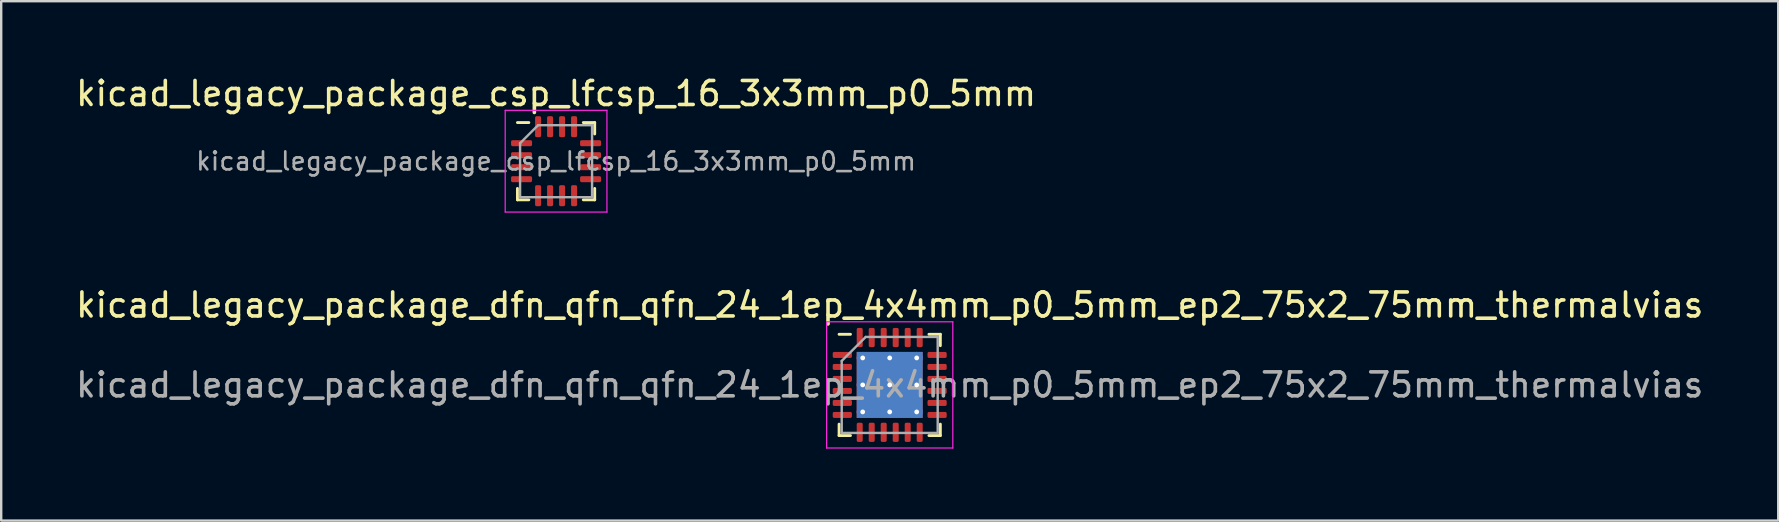
<source format=kicad_pcb>
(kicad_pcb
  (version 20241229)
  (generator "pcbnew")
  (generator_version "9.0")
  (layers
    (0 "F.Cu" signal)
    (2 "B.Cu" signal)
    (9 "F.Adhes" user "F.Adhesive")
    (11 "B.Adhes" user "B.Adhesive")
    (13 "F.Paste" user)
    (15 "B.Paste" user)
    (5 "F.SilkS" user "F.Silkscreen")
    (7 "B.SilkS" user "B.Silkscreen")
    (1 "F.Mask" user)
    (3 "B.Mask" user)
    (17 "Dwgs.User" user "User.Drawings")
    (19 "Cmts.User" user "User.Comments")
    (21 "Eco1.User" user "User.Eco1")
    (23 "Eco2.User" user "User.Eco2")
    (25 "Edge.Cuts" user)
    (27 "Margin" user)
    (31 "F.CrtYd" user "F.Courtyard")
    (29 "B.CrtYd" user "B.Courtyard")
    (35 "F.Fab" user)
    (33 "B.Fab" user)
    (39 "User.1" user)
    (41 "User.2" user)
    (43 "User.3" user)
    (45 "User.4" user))
  (footprint "kicad_legacy_package_csp_lfcsp_16_3x3mm_p0_5mm"
    (layer "F.Cu")
    (at 20.125 3.668)
    (property "Reference" "kicad_legacy_package_csp_lfcsp_16_3x3mm_p0_5mm" (at 0 -2.82 0) (layer "F.SilkS") (effects (font (size 1 1) (thickness 0.15))))
    (attr smd)
    (fp_line (start -1.61 1.61) (end -1.61 1.135) (stroke (width 0.12) (type solid)) (layer "F.SilkS"))
    (fp_line (start -1.135 -1.61) (end -1.61 -1.61) (stroke (width 0.12) (type solid)) (layer "F.SilkS"))
    (fp_line (start -1.135 1.61) (end -1.61 1.61) (stroke (width 0.12) (type solid)) (layer "F.SilkS"))
    (fp_line (start 1.135 -1.61) (end 1.61 -1.61) (stroke (width 0.12) (type solid)) (layer "F.SilkS"))
    (fp_line (start 1.135 1.61) (end 1.61 1.61) (stroke (width 0.12) (type solid)) (layer "F.SilkS"))
    (fp_line (start 1.61 -1.61) (end 1.61 -1.135) (stroke (width 0.12) (type solid)) (layer "F.SilkS"))
    (fp_line (start 1.61 1.61) (end 1.61 1.135) (stroke (width 0.12) (type solid)) (layer "F.SilkS"))
    (fp_line (start -2.12 -2.12) (end -2.12 2.12) (stroke (width 0.05) (type solid)) (layer "F.CrtYd"))
    (fp_line (start -2.12 2.12) (end 2.12 2.12) (stroke (width 0.05) (type solid)) (layer "F.CrtYd"))
    (fp_line (start 2.12 -2.12) (end -2.12 -2.12) (stroke (width 0.05) (type solid)) (layer "F.CrtYd"))
    (fp_line (start 2.12 2.12) (end 2.12 -2.12) (stroke (width 0.05) (type solid)) (layer "F.CrtYd"))
    (fp_line (start -1.5 -0.75) (end -0.75 -1.5) (stroke (width 0.1) (type solid)) (layer "F.Fab"))
    (fp_line (start -1.5 1.5) (end -1.5 -0.75) (stroke (width 0.1) (type solid)) (layer "F.Fab"))
    (fp_line (start -0.75 -1.5) (end 1.5 -1.5) (stroke (width 0.1) (type solid)) (layer "F.Fab"))
    (fp_line (start 1.5 -1.5) (end 1.5 1.5) (stroke (width 0.1) (type solid)) (layer "F.Fab"))
    (fp_line (start 1.5 1.5) (end -1.5 1.5) (stroke (width 0.1) (type solid)) (layer "F.Fab"))
    (fp_text user "${REFERENCE}" (at 0 0 0) (layer "F.Fab") (effects (font (size 0.75 0.75) (thickness 0.11))))
    (pad "1" smd roundrect (at -1.438 -0.75) (size 0.875 0.25) (layers "F.Cu" "F.Mask" "F.Paste") (roundrect_rratio 0.25))
    (pad "2" smd roundrect (at -1.438 -0.25) (size 0.875 0.25) (layers "F.Cu" "F.Mask" "F.Paste") (roundrect_rratio 0.25))
    (pad "3" smd roundrect (at -1.438 0.25) (size 0.875 0.25) (layers "F.Cu" "F.Mask" "F.Paste") (roundrect_rratio 0.25))
    (pad "4" smd roundrect (at -1.438 0.75) (size 0.875 0.25) (layers "F.Cu" "F.Mask" "F.Paste") (roundrect_rratio 0.25))
    (pad "5" smd roundrect (at -0.75 1.438) (size 0.25 0.875) (layers "F.Cu" "F.Mask" "F.Paste") (roundrect_rratio 0.25))
    (pad "6" smd roundrect (at -0.25 1.438) (size 0.25 0.875) (layers "F.Cu" "F.Mask" "F.Paste") (roundrect_rratio 0.25))
    (pad "7" smd roundrect (at 0.25 1.438) (size 0.25 0.875) (layers "F.Cu" "F.Mask" "F.Paste") (roundrect_rratio 0.25))
    (pad "8" smd roundrect (at 0.75 1.438) (size 0.25 0.875) (layers "F.Cu" "F.Mask" "F.Paste") (roundrect_rratio 0.25))
    (pad "9" smd roundrect (at 1.438 0.75) (size 0.875 0.25) (layers "F.Cu" "F.Mask" "F.Paste") (roundrect_rratio 0.25))
    (pad "10" smd roundrect (at 1.438 0.25) (size 0.875 0.25) (layers "F.Cu" "F.Mask" "F.Paste") (roundrect_rratio 0.25))
    (pad "11" smd roundrect (at 1.438 -0.25) (size 0.875 0.25) (layers "F.Cu" "F.Mask" "F.Paste") (roundrect_rratio 0.25))
    (pad "12" smd roundrect (at 1.438 -0.75) (size 0.875 0.25) (layers "F.Cu" "F.Mask" "F.Paste") (roundrect_rratio 0.25))
    (pad "13" smd roundrect (at 0.75 -1.438) (size 0.25 0.875) (layers "F.Cu" "F.Mask" "F.Paste") (roundrect_rratio 0.25))
    (pad "14" smd roundrect (at 0.25 -1.438) (size 0.25 0.875) (layers "F.Cu" "F.Mask" "F.Paste") (roundrect_rratio 0.25))
    (pad "15" smd roundrect (at -0.25 -1.438) (size 0.25 0.875) (layers "F.Cu" "F.Mask" "F.Paste") (roundrect_rratio 0.25))
    (pad "16" smd roundrect (at -0.75 -1.438) (size 0.25 0.875) (layers "F.Cu" "F.Mask" "F.Paste") (roundrect_rratio 0.25)))
  (footprint "kicad_legacy_package_dfn_qfn_qfn_24_1ep_4x4mm_p0_5mm_ep2_75x2_75mm_thermalvias"
    (layer "F.Cu")
    (at 34.03 12.992)
    (property "Reference" "kicad_legacy_package_dfn_qfn_qfn_24_1ep_4x4mm_p0_5mm_ep2_75x2_75mm_thermalvias" (at 0 -3.33 0) (layer "F.SilkS") (effects (font (size 1 1) (thickness 0.15))))
    (attr smd)
    (fp_line (start -2.11 2.11) (end -2.11 1.635) (stroke (width 0.12) (type solid)) (layer "F.SilkS"))
    (fp_line (start -1.635 -2.11) (end -2.11 -2.11) (stroke (width 0.12) (type solid)) (layer "F.SilkS"))
    (fp_line (start -1.635 2.11) (end -2.11 2.11) (stroke (width 0.12) (type solid)) (layer "F.SilkS"))
    (fp_line (start 1.635 -2.11) (end 2.11 -2.11) (stroke (width 0.12) (type solid)) (layer "F.SilkS"))
    (fp_line (start 1.635 2.11) (end 2.11 2.11) (stroke (width 0.12) (type solid)) (layer "F.SilkS"))
    (fp_line (start 2.11 -2.11) (end 2.11 -1.635) (stroke (width 0.12) (type solid)) (layer "F.SilkS"))
    (fp_line (start 2.11 2.11) (end 2.11 1.635) (stroke (width 0.12) (type solid)) (layer "F.SilkS"))
    (fp_line (start -2.63 -2.63) (end -2.63 2.63) (stroke (width 0.05) (type solid)) (layer "F.CrtYd"))
    (fp_line (start -2.63 2.63) (end 2.63 2.63) (stroke (width 0.05) (type solid)) (layer "F.CrtYd"))
    (fp_line (start 2.63 -2.63) (end -2.63 -2.63) (stroke (width 0.05) (type solid)) (layer "F.CrtYd"))
    (fp_line (start 2.63 2.63) (end 2.63 -2.63) (stroke (width 0.05) (type solid)) (layer "F.CrtYd"))
    (fp_line (start -2 -1) (end -1 -2) (stroke (width 0.1) (type solid)) (layer "F.Fab"))
    (fp_line (start -2 2) (end -2 -1) (stroke (width 0.1) (type solid)) (layer "F.Fab"))
    (fp_line (start -1 -2) (end 2 -2) (stroke (width 0.1) (type solid)) (layer "F.Fab"))
    (fp_line (start 2 -2) (end 2 2) (stroke (width 0.1) (type solid)) (layer "F.Fab"))
    (fp_line (start 2 2) (end -2 2) (stroke (width 0.1) (type solid)) (layer "F.Fab"))
    (fp_text user "${REFERENCE}" (at 0 0 0) (layer "F.Fab") (effects (font (size 1 1) (thickness 0.15))))
    (pad "" smd roundrect (at -0.69 -0.69) (size 1.19 1.19) (layers "F.Paste") (roundrect_rratio 0.21))
    (pad "" smd roundrect (at -0.69 0.69) (size 1.19 1.19) (layers "F.Paste") (roundrect_rratio 0.21))
    (pad "" smd roundrect (at 0.69 -0.69) (size 1.19 1.19) (layers "F.Paste") (roundrect_rratio 0.21))
    (pad "" smd roundrect (at 0.69 0.69) (size 1.19 1.19) (layers "F.Paste") (roundrect_rratio 0.21))
    (pad "1" smd roundrect (at -1.975 -1.25) (size 0.8 0.25) (layers "F.Cu" "F.Mask" "F.Paste") (roundrect_rratio 0.25))
    (pad "2" smd roundrect (at -1.975 -0.75) (size 0.8 0.25) (layers "F.Cu" "F.Mask" "F.Paste") (roundrect_rratio 0.25))
    (pad "3" smd roundrect (at -1.975 -0.25) (size 0.8 0.25) (layers "F.Cu" "F.Mask" "F.Paste") (roundrect_rratio 0.25))
    (pad "4" smd roundrect (at -1.975 0.25) (size 0.8 0.25) (layers "F.Cu" "F.Mask" "F.Paste") (roundrect_rratio 0.25))
    (pad "5" smd roundrect (at -1.975 0.75) (size 0.8 0.25) (layers "F.Cu" "F.Mask" "F.Paste") (roundrect_rratio 0.25))
    (pad "6" smd roundrect (at -1.975 1.25) (size 0.8 0.25) (layers "F.Cu" "F.Mask" "F.Paste") (roundrect_rratio 0.25))
    (pad "7" smd roundrect (at -1.25 1.975) (size 0.25 0.8) (layers "F.Cu" "F.Mask" "F.Paste") (roundrect_rratio 0.25))
    (pad "8" smd roundrect (at -0.75 1.975) (size 0.25 0.8) (layers "F.Cu" "F.Mask" "F.Paste") (roundrect_rratio 0.25))
    (pad "9" smd roundrect (at -0.25 1.975) (size 0.25 0.8) (layers "F.Cu" "F.Mask" "F.Paste") (roundrect_rratio 0.25))
    (pad "10" smd roundrect (at 0.25 1.975) (size 0.25 0.8) (layers "F.Cu" "F.Mask" "F.Paste") (roundrect_rratio 0.25))
    (pad "11" smd roundrect (at 0.75 1.975) (size 0.25 0.8) (layers "F.Cu" "F.Mask" "F.Paste") (roundrect_rratio 0.25))
    (pad "12" smd roundrect (at 1.25 1.975) (size 0.25 0.8) (layers "F.Cu" "F.Mask" "F.Paste") (roundrect_rratio 0.25))
    (pad "13" smd roundrect (at 1.975 1.25) (size 0.8 0.25) (layers "F.Cu" "F.Mask" "F.Paste") (roundrect_rratio 0.25))
    (pad "14" smd roundrect (at 1.975 0.75) (size 0.8 0.25) (layers "F.Cu" "F.Mask" "F.Paste") (roundrect_rratio 0.25))
    (pad "15" smd roundrect (at 1.975 0.25) (size 0.8 0.25) (layers "F.Cu" "F.Mask" "F.Paste") (roundrect_rratio 0.25))
    (pad "16" smd roundrect (at 1.975 -0.25) (size 0.8 0.25) (layers "F.Cu" "F.Mask" "F.Paste") (roundrect_rratio 0.25))
    (pad "17" smd roundrect (at 1.975 -0.75) (size 0.8 0.25) (layers "F.Cu" "F.Mask" "F.Paste") (roundrect_rratio 0.25))
    (pad "18" smd roundrect (at 1.975 -1.25) (size 0.8 0.25) (layers "F.Cu" "F.Mask" "F.Paste") (roundrect_rratio 0.25))
    (pad "19" smd roundrect (at 1.25 -1.975) (size 0.25 0.8) (layers "F.Cu" "F.Mask" "F.Paste") (roundrect_rratio 0.25))
    (pad "20" smd roundrect (at 0.75 -1.975) (size 0.25 0.8) (layers "F.Cu" "F.Mask" "F.Paste") (roundrect_rratio 0.25))
    (pad "21" smd roundrect (at 0.25 -1.975) (size 0.25 0.8) (layers "F.Cu" "F.Mask" "F.Paste") (roundrect_rratio 0.25))
    (pad "22" smd roundrect (at -0.25 -1.975) (size 0.25 0.8) (layers "F.Cu" "F.Mask" "F.Paste") (roundrect_rratio 0.25))
    (pad "23" smd roundrect (at -0.75 -1.975) (size 0.25 0.8) (layers "F.Cu" "F.Mask" "F.Paste") (roundrect_rratio 0.25))
    (pad "24" smd roundrect (at -1.25 -1.975) (size 0.25 0.8) (layers "F.Cu" "F.Mask" "F.Paste") (roundrect_rratio 0.25))
    (pad "25" thru_hole circle (at -1.125 -1.125) (size 0.5 0.5) (drill 0.2) (layers "*.Cu"))
    (pad "25" thru_hole circle (at -1.125 0) (size 0.5 0.5) (drill 0.2) (layers "*.Cu"))
    (pad "25" thru_hole circle (at -1.125 1.125) (size 0.5 0.5) (drill 0.2) (layers "*.Cu"))
    (pad "25" thru_hole circle (at 0 -1.125) (size 0.5 0.5) (drill 0.2) (layers "*.Cu"))
    (pad "25" thru_hole circle (at 0 0) (size 0.5 0.5) (drill 0.2) (layers "*.Cu"))
    (pad "25" smd rect (at 0 0) (size 2.75 2.75) (layers "F.Cu" "F.Mask"))
    (pad "25" smd rect (at 0 0) (size 2.75 2.75) (layers "B.Cu"))
    (pad "25" thru_hole circle (at 0 1.125) (size 0.5 0.5) (drill 0.2) (layers "*.Cu"))
    (pad "25" thru_hole circle (at 1.125 -1.125) (size 0.5 0.5) (drill 0.2) (layers "*.Cu"))
    (pad "25" thru_hole circle (at 1.125 0) (size 0.5 0.5) (drill 0.2) (layers "*.Cu"))
    (pad "25" thru_hole circle (at 1.125 1.125) (size 0.5 0.5) (drill 0.2) (layers "*.Cu")))
  (gr_rect
    (start -3 -3)
    (end 71.06 18.646)
    (stroke (width 0.1) (type default))
    (fill no)
    (layer "Edge.Cuts")))
</source>
